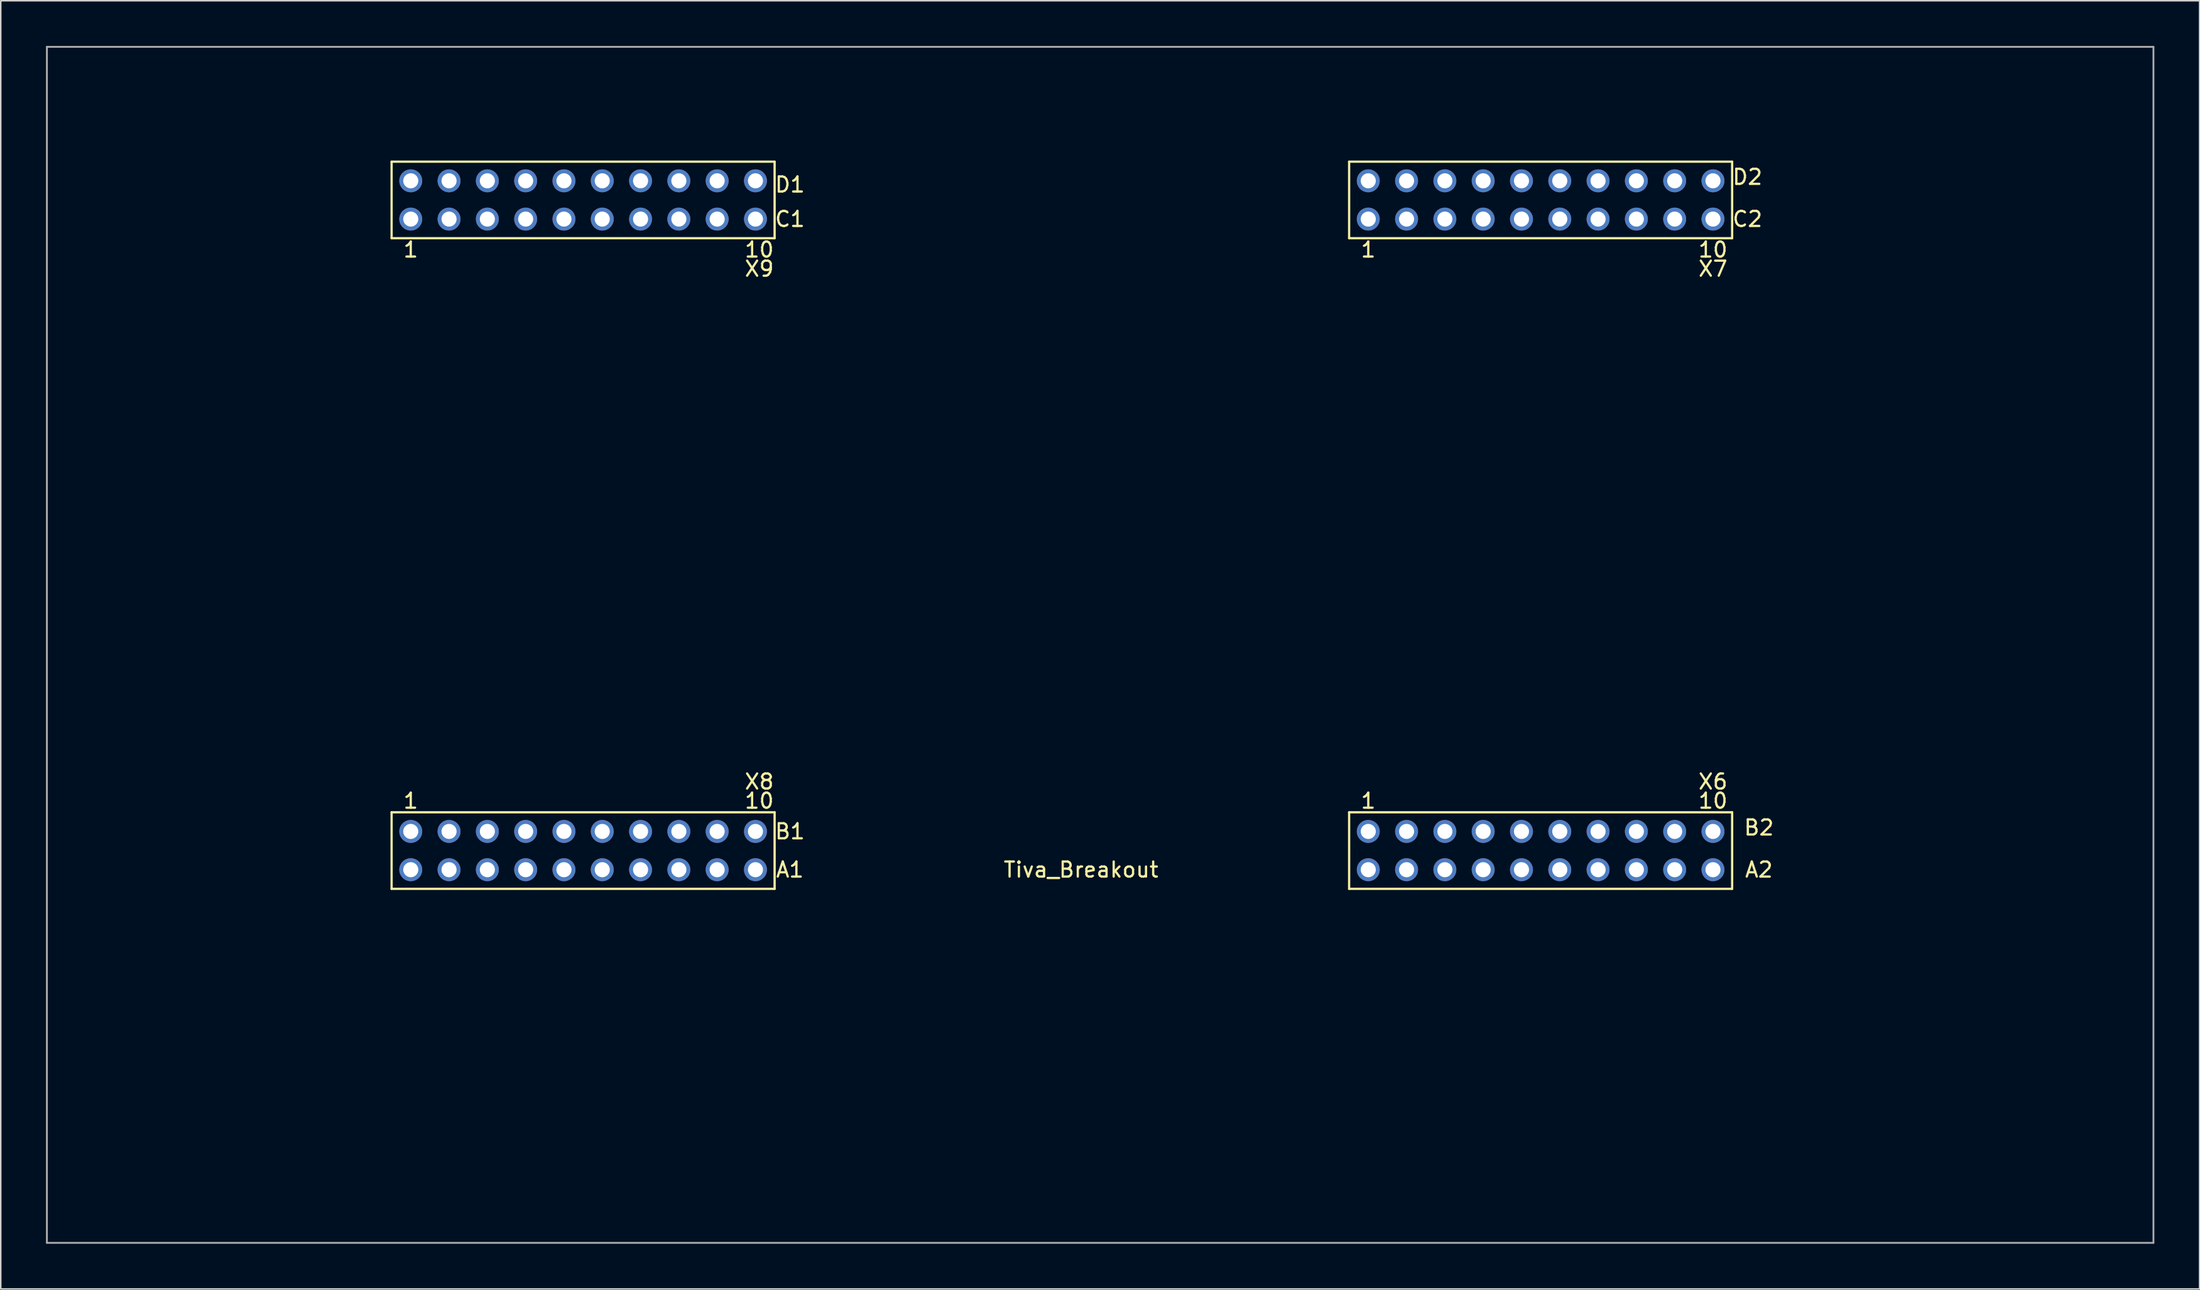
<source format=kicad_pcb>
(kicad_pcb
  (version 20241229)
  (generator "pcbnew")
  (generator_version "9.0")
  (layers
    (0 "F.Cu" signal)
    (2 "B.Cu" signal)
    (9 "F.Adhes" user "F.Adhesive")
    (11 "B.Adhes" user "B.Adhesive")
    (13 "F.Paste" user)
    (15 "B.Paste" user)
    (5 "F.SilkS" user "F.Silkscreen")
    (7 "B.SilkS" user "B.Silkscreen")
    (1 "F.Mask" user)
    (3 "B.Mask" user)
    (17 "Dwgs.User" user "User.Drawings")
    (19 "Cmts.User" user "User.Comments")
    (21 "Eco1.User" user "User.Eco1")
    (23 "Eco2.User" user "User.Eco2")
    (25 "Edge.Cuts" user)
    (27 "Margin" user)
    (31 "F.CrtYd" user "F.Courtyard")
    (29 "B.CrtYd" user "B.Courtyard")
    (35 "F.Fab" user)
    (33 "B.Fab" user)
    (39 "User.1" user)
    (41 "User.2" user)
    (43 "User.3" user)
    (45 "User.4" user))
  (footprint "Tiva_Breakout"
    (layer "F.Cu")
    (at 22.92 55.94)
    (property "Reference" "Tiva_Breakout" (at 45.72 -1.27 180) (layer "F.SilkS") (effects (font (size 1 1) (thickness 0.15))))
    (attr through_hole)
    (fp_line (start 0 -48.26) (end 0 -43.18) (stroke (width 0.15) (type solid)) (layer "F.SilkS"))
    (fp_line (start 0 -43.18) (end 25.4 -43.18) (stroke (width 0.15) (type solid)) (layer "F.SilkS"))
    (fp_line (start 0 -5.08) (end 0 0) (stroke (width 0.15) (type solid)) (layer "F.SilkS"))
    (fp_line (start 0 0) (end 25.4 0) (stroke (width 0.15) (type solid)) (layer "F.SilkS"))
    (fp_line (start 25.4 -48.26) (end 0 -48.26) (stroke (width 0.15) (type solid)) (layer "F.SilkS"))
    (fp_line (start 25.4 -43.18) (end 25.4 -48.26) (stroke (width 0.15) (type solid)) (layer "F.SilkS"))
    (fp_line (start 25.4 -5.08) (end 0 -5.08) (stroke (width 0.15) (type solid)) (layer "F.SilkS"))
    (fp_line (start 25.4 0) (end 25.4 -5.08) (stroke (width 0.15) (type solid)) (layer "F.SilkS"))
    (fp_line (start 63.5 -48.26) (end 63.5 -43.18) (stroke (width 0.15) (type solid)) (layer "F.SilkS"))
    (fp_line (start 63.5 -43.18) (end 88.9 -43.18) (stroke (width 0.15) (type solid)) (layer "F.SilkS"))
    (fp_line (start 63.5 -5.08) (end 63.5 0) (stroke (width 0.15) (type solid)) (layer "F.SilkS"))
    (fp_line (start 63.5 0) (end 88.9 0) (stroke (width 0.15) (type solid)) (layer "F.SilkS"))
    (fp_line (start 88.9 -48.26) (end 63.5 -48.26) (stroke (width 0.15) (type solid)) (layer "F.SilkS"))
    (fp_line (start 88.9 -43.18) (end 88.9 -48.26) (stroke (width 0.15) (type solid)) (layer "F.SilkS"))
    (fp_line (start 88.9 -5.08) (end 63.5 -5.08) (stroke (width 0.15) (type solid)) (layer "F.SilkS"))
    (fp_line (start 88.9 0) (end 88.9 -5.08) (stroke (width 0.15) (type solid)) (layer "F.SilkS"))
    (fp_line (start -22.86 -55.88) (end 116.84 -55.88) (stroke (width 0.12) (type solid)) (layer "F.Fab"))
    (fp_line (start -22.86 23.495) (end -22.86 -55.88) (stroke (width 0.12) (type solid)) (layer "F.Fab"))
    (fp_line (start 116.84 -55.88) (end 116.84 23.495) (stroke (width 0.12) (type solid)) (layer "F.Fab"))
    (fp_line (start 116.84 23.495) (end -22.86 23.495) (stroke (width 0.12) (type solid)) (layer "F.Fab"))
    (fp_text user "A1" (at 26.416 -1.27 180) (layer "F.SilkS") (effects (font (size 1 1) (thickness 0.15))))
    (fp_text user "C2" (at 89.916 -44.45 180) (layer "F.SilkS") (effects (font (size 1 1) (thickness 0.15))))
    (fp_text user "D1" (at 26.416 -46.736 180) (layer "F.SilkS") (effects (font (size 1 1) (thickness 0.15))))
    (fp_text user "X6" (at 87.63 -7.112 0) (layer "F.SilkS") (effects (font (size 1 1) (thickness 0.15))))
    (fp_text user "C1" (at 26.416 -44.45 180) (layer "F.SilkS") (effects (font (size 1 1) (thickness 0.15))))
    (fp_text user "A2" (at 90.678 -1.27 180) (layer "F.SilkS") (effects (font (size 1 1) (thickness 0.15))))
    (fp_text user "B2" (at 90.678 -4.064 180) (layer "F.SilkS") (effects (font (size 1 1) (thickness 0.15))))
    (fp_text user "10" (at 87.63 -5.842 180) (layer "F.SilkS") (effects (font (size 1 1) (thickness 0.15))))
    (fp_text user "X9" (at 24.384 -41.148 180) (layer "F.SilkS") (effects (font (size 1 1) (thickness 0.15))))
    (fp_text user "D2" (at 89.916 -47.244 0) (layer "F.SilkS") (effects (font (size 1 1) (thickness 0.15))))
    (fp_text user "1" (at 64.77 -42.418 180) (layer "F.SilkS") (effects (font (size 1 1) (thickness 0.15))))
    (fp_text user "1" (at 1.27 -42.418 180) (layer "F.SilkS") (effects (font (size 1 1) (thickness 0.15))))
    (fp_text user "1" (at 1.27 -5.842 180) (layer "F.SilkS") (effects (font (size 1 1) (thickness 0.15))))
    (fp_text user "10" (at 87.63 -42.418 180) (layer "F.SilkS") (effects (font (size 1 1) (thickness 0.15))))
    (fp_text user "X8" (at 24.384 -7.112 180) (layer "F.SilkS") (effects (font (size 1 1) (thickness 0.15))))
    (fp_text user "B1" (at 26.416 -3.81 180) (layer "F.SilkS") (effects (font (size 1 1) (thickness 0.15))))
    (fp_text user "10" (at 24.384 -42.418 180) (layer "F.SilkS") (effects (font (size 1 1) (thickness 0.15))))
    (fp_text user "10" (at 24.384 -5.842 180) (layer "F.SilkS") (effects (font (size 1 1) (thickness 0.15))))
    (fp_text user "X7" (at 87.63 -41.148 180) (layer "F.SilkS") (effects (font (size 1 1) (thickness 0.15))))
    (fp_text user "1" (at 64.77 -5.842 180) (layer "F.SilkS") (effects (font (size 1 1) (thickness 0.15))))
    (pad "+3V3" thru_hole circle (at 1.27 -1.27 180) (size 1.52 1.52) (drill 1) (layers "*.Cu" "*.Mask" "F.Paste"))
    (pad "+3V3'" thru_hole circle (at 64.77 -1.27 180) (size 1.52 1.52) (drill 1) (layers "*.Cu" "*.Mask" "F.Paste"))
    (pad "+5V" thru_hole circle (at 1.27 -3.81 180) (size 1.52 1.52) (drill 1) (layers "*.Cu" "*.Mask" "F.Paste"))
    (pad "+5V'" thru_hole circle (at 64.77 -3.81 180) (size 1.52 1.52) (drill 1) (layers "*.Cu" "*.Mask" "F.Paste"))
    (pad "GND" thru_hole circle (at 1.27 -46.99 180) (size 1.52 1.52) (drill 1) (layers "*.Cu" "*.Mask" "F.Paste"))
    (pad "GND" thru_hole circle (at 3.81 -3.81 180) (size 1.52 1.52) (drill 1) (layers "*.Cu" "*.Mask" "F.Paste"))
    (pad "GND" thru_hole circle (at 64.77 -46.99 180) (size 1.52 1.52) (drill 1) (layers "*.Cu" "*.Mask" "F.Paste"))
    (pad "GND" thru_hole circle (at 67.31 -3.81 180) (size 1.52 1.52) (drill 1) (layers "*.Cu" "*.Mask" "F.Paste"))
    (pad "PA4" thru_hole circle (at 85.09 -3.81 180) (size 1.52 1.52) (drill 1) (layers "*.Cu" "*.Mask" "F.Paste"))
    (pad "PA5" thru_hole circle (at 87.63 -3.81 180) (size 1.52 1.52) (drill 1) (layers "*.Cu" "*.Mask" "F.Paste"))
    (pad "PA6" thru_hole circle (at 19.05 -3.81 180) (size 1.52 1.52) (drill 1) (layers "*.Cu" "*.Mask" "F.Paste"))
    (pad "PA7" thru_hole circle (at 72.39 -46.99 180) (size 1.52 1.52) (drill 1) (layers "*.Cu" "*.Mask" "F.Paste"))
    (pad "PB2" thru_hole circle (at 21.59 -1.27 180) (size 1.52 1.52) (drill 1) (layers "*.Cu" "*.Mask" "F.Paste"))
    (pad "PB3" thru_hole circle (at 24.13 -1.27 180) (size 1.52 1.52) (drill 1) (layers "*.Cu" "*.Mask" "F.Paste"))
    (pad "PB4" thru_hole circle (at 69.85 -3.81 180) (size 1.52 1.52) (drill 1) (layers "*.Cu" "*.Mask" "F.Paste"))
    (pad "PB5" thru_hole circle (at 72.39 -3.81 180) (size 1.52 1.52) (drill 1) (layers "*.Cu" "*.Mask" "F.Paste"))
    (pad "PC4" thru_hole circle (at 6.35 -1.27 180) (size 1.52 1.52) (drill 1) (layers "*.Cu" "*.Mask" "F.Paste"))
    (pad "PC5" thru_hole circle (at 8.89 -1.27 180) (size 1.52 1.52) (drill 1) (layers "*.Cu" "*.Mask" "F.Paste"))
    (pad "PC6" thru_hole circle (at 11.43 -1.27 180) (size 1.52 1.52) (drill 1) (layers "*.Cu" "*.Mask" "F.Paste"))
    (pad "PC7" thru_hole circle (at 19.05 -1.27 180) (size 1.52 1.52) (drill 1) (layers "*.Cu" "*.Mask" "F.Paste"))
    (pad "PD0" thru_hole circle (at 16.51 -46.99 180) (size 1.52 1.52) (drill 1) (layers "*.Cu" "*.Mask" "F.Paste"))
    (pad "PD1" thru_hole circle (at 13.97 -46.99 180) (size 1.52 1.52) (drill 1) (layers "*.Cu" "*.Mask" "F.Paste"))
    (pad "PD2" thru_hole circle (at 67.31 -1.27 180) (size 1.52 1.52) (drill 1) (layers "*.Cu" "*.Mask" "F.Paste"))
    (pad "PD3" thru_hole circle (at 16.51 -1.27 180) (size 1.52 1.52) (drill 1) (layers "*.Cu" "*.Mask" "F.Paste"))
    (pad "PD4" thru_hole circle (at 74.93 -1.27 180) (size 1.52 1.52) (drill 1) (layers "*.Cu" "*.Mask" "F.Paste"))
    (pad "PD5" thru_hole circle (at 77.47 -1.27 180) (size 1.52 1.52) (drill 1) (layers "*.Cu" "*.Mask" "F.Paste"))
    (pad "PD7" thru_hole circle (at 16.51 -3.81 180) (size 1.52 1.52) (drill 1) (layers "*.Cu" "*.Mask" "F.Paste"))
    (pad "PE0" thru_hole circle (at 6.35 -3.81 180) (size 1.52 1.52) (drill 1) (layers "*.Cu" "*.Mask" "F.Paste"))
    (pad "PE1" thru_hole circle (at 8.89 -3.81 180) (size 1.52 1.52) (drill 1) (layers "*.Cu" "*.Mask" "F.Paste"))
    (pad "PE2" thru_hole circle (at 11.43 -3.81 180) (size 1.52 1.52) (drill 1) (layers "*.Cu" "*.Mask" "F.Paste"))
    (pad "PE3" thru_hole circle (at 13.97 -3.81 180) (size 1.52 1.52) (drill 1) (layers "*.Cu" "*.Mask" "F.Paste"))
    (pad "PE4" thru_hole circle (at 3.81 -1.27 180) (size 1.52 1.52) (drill 1) (layers "*.Cu" "*.Mask" "F.Paste"))
    (pad "PE5" thru_hole circle (at 13.97 -1.27 180) (size 1.52 1.52) (drill 1) (layers "*.Cu" "*.Mask" "F.Paste"))
    (pad "PF1" thru_hole circle (at 1.27 -44.45 180) (size 1.52 1.52) (drill 1) (layers "*.Cu" "*.Mask" "F.Paste"))
    (pad "PF2" thru_hole circle (at 3.81 -44.45 180) (size 1.52 1.52) (drill 1) (layers "*.Cu" "*.Mask" "F.Paste"))
    (pad "PF3" thru_hole circle (at 6.35 -44.45 180) (size 1.52 1.52) (drill 1) (layers "*.Cu" "*.Mask" "F.Paste"))
    (pad "PG0" thru_hole circle (at 8.89 -44.45 180) (size 1.52 1.52) (drill 1) (layers "*.Cu" "*.Mask" "F.Paste"))
    (pad "PG1" thru_hole circle (at 64.77 -44.45 180) (size 1.52 1.52) (drill 1) (layers "*.Cu" "*.Mask" "F.Paste"))
    (pad "PH0" thru_hole circle (at 80.01 -44.45 180) (size 1.52 1.52) (drill 1) (layers "*.Cu" "*.Mask" "F.Paste"))
    (pad "PH1" thru_hole circle (at 82.55 -44.45 180) (size 1.52 1.52) (drill 1) (layers "*.Cu" "*.Mask" "F.Paste"))
    (pad "PH2" thru_hole circle (at 6.35 -46.99 180) (size 1.52 1.52) (drill 1) (layers "*.Cu" "*.Mask" "F.Paste"))
    (pad "PH3" thru_hole circle (at 8.89 -46.99 180) (size 1.52 1.52) (drill 1) (layers "*.Cu" "*.Mask" "F.Paste"))
    (pad "PK0" thru_hole circle (at 74.93 -3.81 180) (size 1.52 1.52) (drill 1) (layers "*.Cu" "*.Mask" "F.Paste"))
    (pad "PK1" thru_hole circle (at 77.47 -3.81 180) (size 1.52 1.52) (drill 1) (layers "*.Cu" "*.Mask" "F.Paste"))
    (pad "PK2" thru_hole circle (at 80.01 -3.81 180) (size 1.52 1.52) (drill 1) (layers "*.Cu" "*.Mask" "F.Paste"))
    (pad "PK3" thru_hole circle (at 82.55 -3.81 180) (size 1.52 1.52) (drill 1) (layers "*.Cu" "*.Mask" "F.Paste"))
    (pad "PK4" thru_hole circle (at 67.31 -44.45 180) (size 1.52 1.52) (drill 1) (layers "*.Cu" "*.Mask" "F.Paste"))
    (pad "PK5" thru_hole circle (at 69.85 -44.45 180) (size 1.52 1.52) (drill 1) (layers "*.Cu" "*.Mask" "F.Paste"))
    (pad "PK6" thru_hole circle (at 85.09 -44.45 180) (size 1.52 1.52) (drill 1) (layers "*.Cu" "*.Mask" "F.Paste"))
    (pad "PK7" thru_hole circle (at 87.63 -44.45 180) (size 1.52 1.52) (drill 1) (layers "*.Cu" "*.Mask" "F.Paste"))
    (pad "PL0" thru_hole circle (at 16.51 -44.45 180) (size 1.52 1.52) (drill 1) (layers "*.Cu" "*.Mask" "F.Paste"))
    (pad "PL1" thru_hole circle (at 19.05 -44.45 180) (size 1.52 1.52) (drill 1) (layers "*.Cu" "*.Mask" "F.Paste"))
    (pad "PL2" thru_hole circle (at 21.59 -44.45 180) (size 1.52 1.52) (drill 1) (layers "*.Cu" "*.Mask" "F.Paste"))
    (pad "PL3" thru_hole circle (at 24.13 -44.45 180) (size 1.52 1.52) (drill 1) (layers "*.Cu" "*.Mask" "F.Paste"))
    (pad "PL4" thru_hole circle (at 11.43 -44.45 180) (size 1.52 1.52) (drill 1) (layers "*.Cu" "*.Mask" "F.Paste"))
    (pad "PL5" thru_hole circle (at 13.97 -44.45 180) (size 1.52 1.52) (drill 1) (layers "*.Cu" "*.Mask" "F.Paste"))
    (pad "PM0" thru_hole circle (at 72.39 -44.45 180) (size 1.52 1.52) (drill 1) (layers "*.Cu" "*.Mask" "F.Paste"))
    (pad "PM1" thru_hole circle (at 74.93 -44.45 180) (size 1.52 1.52) (drill 1) (layers "*.Cu" "*.Mask" "F.Paste"))
    (pad "PM2" thru_hole circle (at 77.47 -44.45 180) (size 1.52 1.52) (drill 1) (layers "*.Cu" "*.Mask" "F.Paste"))
    (pad "PM3" thru_hole circle (at 3.81 -46.99 180) (size 1.52 1.52) (drill 1) (layers "*.Cu" "*.Mask" "F.Paste"))
    (pad "PM4" thru_hole circle (at 21.59 -3.81 180) (size 1.52 1.52) (drill 1) (layers "*.Cu" "*.Mask" "F.Paste"))
    (pad "PM5" thru_hole circle (at 24.13 -3.81 180) (size 1.52 1.52) (drill 1) (layers "*.Cu" "*.Mask" "F.Paste"))
    (pad "PM6" thru_hole circle (at 87.63 -46.99 180) (size 1.52 1.52) (drill 1) (layers "*.Cu" "*.Mask" "F.Paste"))
    (pad "PM7" thru_hole circle (at 67.31 -46.99 180) (size 1.52 1.52) (drill 1) (layers "*.Cu" "*.Mask" "F.Paste"))
    (pad "PN2" thru_hole circle (at 19.05 -46.99 180) (size 1.52 1.52) (drill 1) (layers "*.Cu" "*.Mask" "F.Paste"))
    (pad "PN3" thru_hole circle (at 21.59 -46.99 180) (size 1.52 1.52) (drill 1) (layers "*.Cu" "*.Mask" "F.Paste"))
    (pad "PN4" thru_hole circle (at 87.63 -1.27 180) (size 1.52 1.52) (drill 1) (layers "*.Cu" "*.Mask" "F.Paste"))
    (pad "PN5" thru_hole circle (at 85.09 -1.27 180) (size 1.52 1.52) (drill 1) (layers "*.Cu" "*.Mask" "F.Paste"))
    (pad "PP0" thru_hole circle (at 69.85 -1.27 180) (size 1.52 1.52) (drill 1) (layers "*.Cu" "*.Mask" "F.Paste"))
    (pad "PP1" thru_hole circle (at 72.39 -1.27 180) (size 1.52 1.52) (drill 1) (layers "*.Cu" "*.Mask" "F.Paste"))
    (pad "PP2" thru_hole circle (at 24.13 -46.99 180) (size 1.52 1.52) (drill 1) (layers "*.Cu" "*.Mask" "F.Paste"))
    (pad "PP3" thru_hole circle (at 82.55 -46.99 180) (size 1.52 1.52) (drill 1) (layers "*.Cu" "*.Mask" "F.Paste"))
    (pad "PP4" thru_hole circle (at 82.55 -1.27 180) (size 1.52 1.52) (drill 1) (layers "*.Cu" "*.Mask" "F.Paste"))
    (pad "PP5" thru_hole circle (at 69.85 -46.99 180) (size 1.52 1.52) (drill 1) (layers "*.Cu" "*.Mask" "F.Paste"))
    (pad "PQ0" thru_hole circle (at 80.01 -1.27 180) (size 1.52 1.52) (drill 1) (layers "*.Cu" "*.Mask" "F.Paste"))
    (pad "PQ1" thru_hole circle (at 85.09 -46.99 180) (size 1.52 1.52) (drill 1) (layers "*.Cu" "*.Mask" "F.Paste"))
    (pad "PQ2" thru_hole circle (at 77.47 -46.99 180) (size 1.52 1.52) (drill 1) (layers "*.Cu" "*.Mask" "F.Paste"))
    (pad "PQ3" thru_hole circle (at 80.01 -46.99 180) (size 1.52 1.52) (drill 1) (layers "*.Cu" "*.Mask" "F.Paste"))
    (pad "Rese" thru_hole circle (at 11.43 -46.99 180) (size 1.52 1.52) (drill 1) (layers "*.Cu" "*.Mask" "F.Paste"))
    (pad "Rese'" thru_hole circle (at 74.93 -46.99 180) (size 1.52 1.52) (drill 1) (layers "*.Cu" "*.Mask" "F.Paste")))
  (gr_rect
    (start -3 -3)
    (end 142.82 82.495)
    (stroke (width 0.1) (type default))
    (fill no)
    (layer "Edge.Cuts")))
</source>
